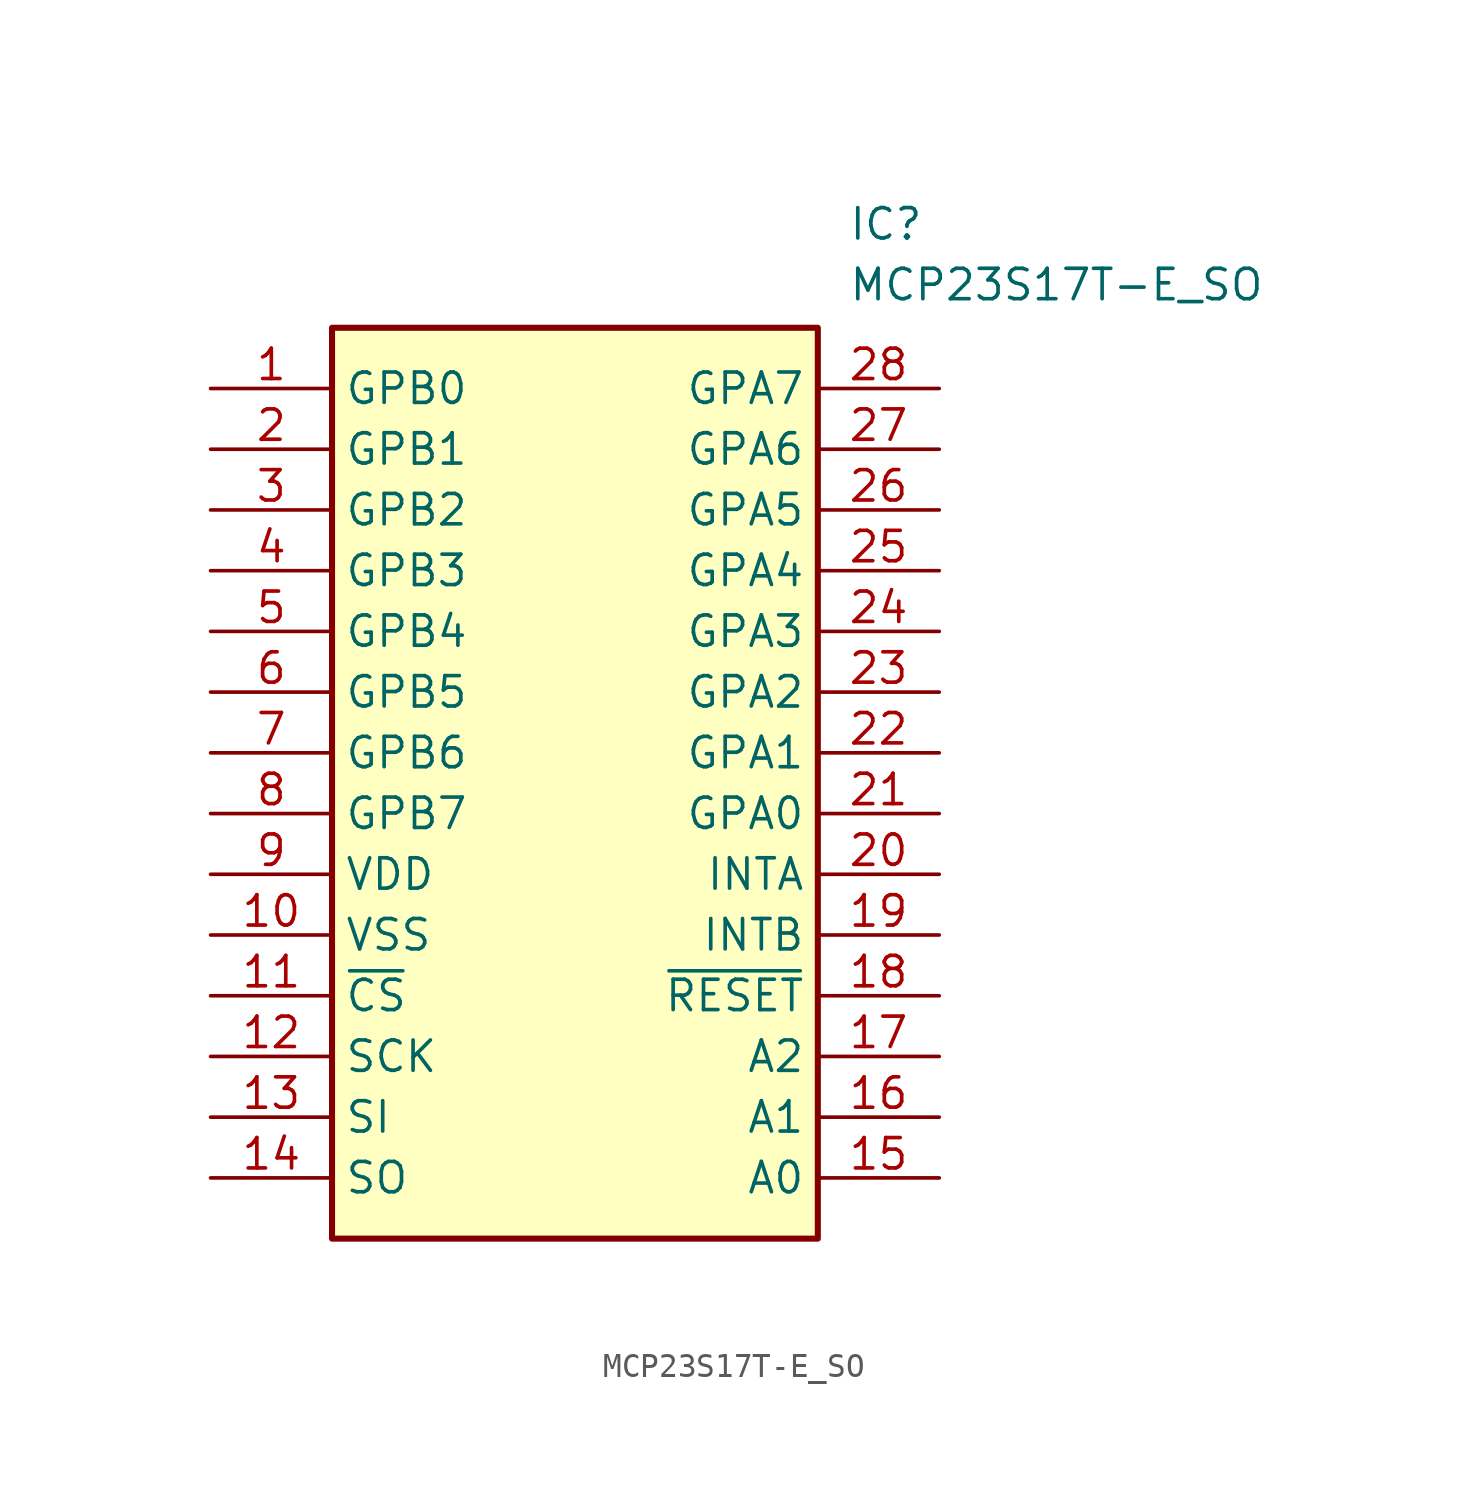
<source format=kicad_sym>
(kicad_symbol_lib
  (version 20211014)
  (generator SamacSys_ECAD_Model)
  (symbol "MCP23S17T-E_SO"
    (property "Reference" "IC"
      (at 26.67 7.62 0)
      (effects (font (size 1.27 1.27)) (justify left top)))
    (property "Value" "MCP23S17T-E_SO"
      (at 26.67 5.08 0)
      (effects (font (size 1.27 1.27)) (justify left top)))
    (rectangle
      (start 5.08 2.54)
      (end 25.4 -35.56)
      (stroke (width 0.254) (type default))
      (fill (type background)))
    (pin passive line
      (at 0 0 0)
      (length 5.08)
      (name "GPB0" (effects (font (size 1.27 1.27))))
      (number "1" (effects (font (size 1.27 1.27)))))
    (pin passive line
      (at 0 -2.54 0)
      (length 5.08)
      (name "GPB1" (effects (font (size 1.27 1.27))))
      (number "2" (effects (font (size 1.27 1.27)))))
    (pin passive line
      (at 0 -5.08 0)
      (length 5.08)
      (name "GPB2" (effects (font (size 1.27 1.27))))
      (number "3" (effects (font (size 1.27 1.27)))))
    (pin passive line
      (at 0 -7.62 0)
      (length 5.08)
      (name "GPB3" (effects (font (size 1.27 1.27))))
      (number "4" (effects (font (size 1.27 1.27)))))
    (pin passive line
      (at 0 -10.16 0)
      (length 5.08)
      (name "GPB4" (effects (font (size 1.27 1.27))))
      (number "5" (effects (font (size 1.27 1.27)))))
    (pin passive line
      (at 0 -12.7 0)
      (length 5.08)
      (name "GPB5" (effects (font (size 1.27 1.27))))
      (number "6" (effects (font (size 1.27 1.27)))))
    (pin passive line
      (at 0 -15.24 0)
      (length 5.08)
      (name "GPB6" (effects (font (size 1.27 1.27))))
      (number "7" (effects (font (size 1.27 1.27)))))
    (pin passive line
      (at 0 -17.78 0)
      (length 5.08)
      (name "GPB7" (effects (font (size 1.27 1.27))))
      (number "8" (effects (font (size 1.27 1.27)))))
    (pin passive line
      (at 0 -20.32 0)
      (length 5.08)
      (name "VDD" (effects (font (size 1.27 1.27))))
      (number "9" (effects (font (size 1.27 1.27)))))
    (pin passive line
      (at 0 -22.86 0)
      (length 5.08)
      (name "VSS" (effects (font (size 1.27 1.27))))
      (number "10" (effects (font (size 1.27 1.27)))))
    (pin passive line
      (at 0 -25.4 0)
      (length 5.08)
      (name "~{CS}" (effects (font (size 1.27 1.27))))
      (number "11" (effects (font (size 1.27 1.27)))))
    (pin passive line
      (at 0 -27.94 0)
      (length 5.08)
      (name "SCK" (effects (font (size 1.27 1.27))))
      (number "12" (effects (font (size 1.27 1.27)))))
    (pin passive line
      (at 0 -30.48 0)
      (length 5.08)
      (name "SI" (effects (font (size 1.27 1.27))))
      (number "13" (effects (font (size 1.27 1.27)))))
    (pin passive line
      (at 0 -33.02 0)
      (length 5.08)
      (name "SO" (effects (font (size 1.27 1.27))))
      (number "14" (effects (font (size 1.27 1.27)))))
    (pin passive line
      (at 30.48 0 180)
      (length 5.08)
      (name "GPA7" (effects (font (size 1.27 1.27))))
      (number "28" (effects (font (size 1.27 1.27)))))
    (pin passive line
      (at 30.48 -2.54 180)
      (length 5.08)
      (name "GPA6" (effects (font (size 1.27 1.27))))
      (number "27" (effects (font (size 1.27 1.27)))))
    (pin passive line
      (at 30.48 -5.08 180)
      (length 5.08)
      (name "GPA5" (effects (font (size 1.27 1.27))))
      (number "26" (effects (font (size 1.27 1.27)))))
    (pin passive line
      (at 30.48 -7.62 180)
      (length 5.08)
      (name "GPA4" (effects (font (size 1.27 1.27))))
      (number "25" (effects (font (size 1.27 1.27)))))
    (pin passive line
      (at 30.48 -10.16 180)
      (length 5.08)
      (name "GPA3" (effects (font (size 1.27 1.27))))
      (number "24" (effects (font (size 1.27 1.27)))))
    (pin passive line
      (at 30.48 -12.7 180)
      (length 5.08)
      (name "GPA2" (effects (font (size 1.27 1.27))))
      (number "23" (effects (font (size 1.27 1.27)))))
    (pin passive line
      (at 30.48 -15.24 180)
      (length 5.08)
      (name "GPA1" (effects (font (size 1.27 1.27))))
      (number "22" (effects (font (size 1.27 1.27)))))
    (pin passive line
      (at 30.48 -17.78 180)
      (length 5.08)
      (name "GPA0" (effects (font (size 1.27 1.27))))
      (number "21" (effects (font (size 1.27 1.27)))))
    (pin passive line
      (at 30.48 -20.32 180)
      (length 5.08)
      (name "INTA" (effects (font (size 1.27 1.27))))
      (number "20" (effects (font (size 1.27 1.27)))))
    (pin passive line
      (at 30.48 -22.86 180)
      (length 5.08)
      (name "INTB" (effects (font (size 1.27 1.27))))
      (number "19" (effects (font (size 1.27 1.27)))))
    (pin passive line
      (at 30.48 -25.4 180)
      (length 5.08)
      (name "~{RESET}" (effects (font (size 1.27 1.27))))
      (number "18" (effects (font (size 1.27 1.27)))))
    (pin passive line
      (at 30.48 -27.94 180)
      (length 5.08)
      (name "A2" (effects (font (size 1.27 1.27))))
      (number "17" (effects (font (size 1.27 1.27)))))
    (pin passive line
      (at 30.48 -30.48 180)
      (length 5.08)
      (name "A1" (effects (font (size 1.27 1.27))))
      (number "16" (effects (font (size 1.27 1.27)))))
    (pin passive line
      (at 30.48 -33.02 180)
      (length 5.08)
      (name "A0" (effects (font (size 1.27 1.27))))
      (number "15" (effects (font (size 1.27 1.27)))))))
</source>
